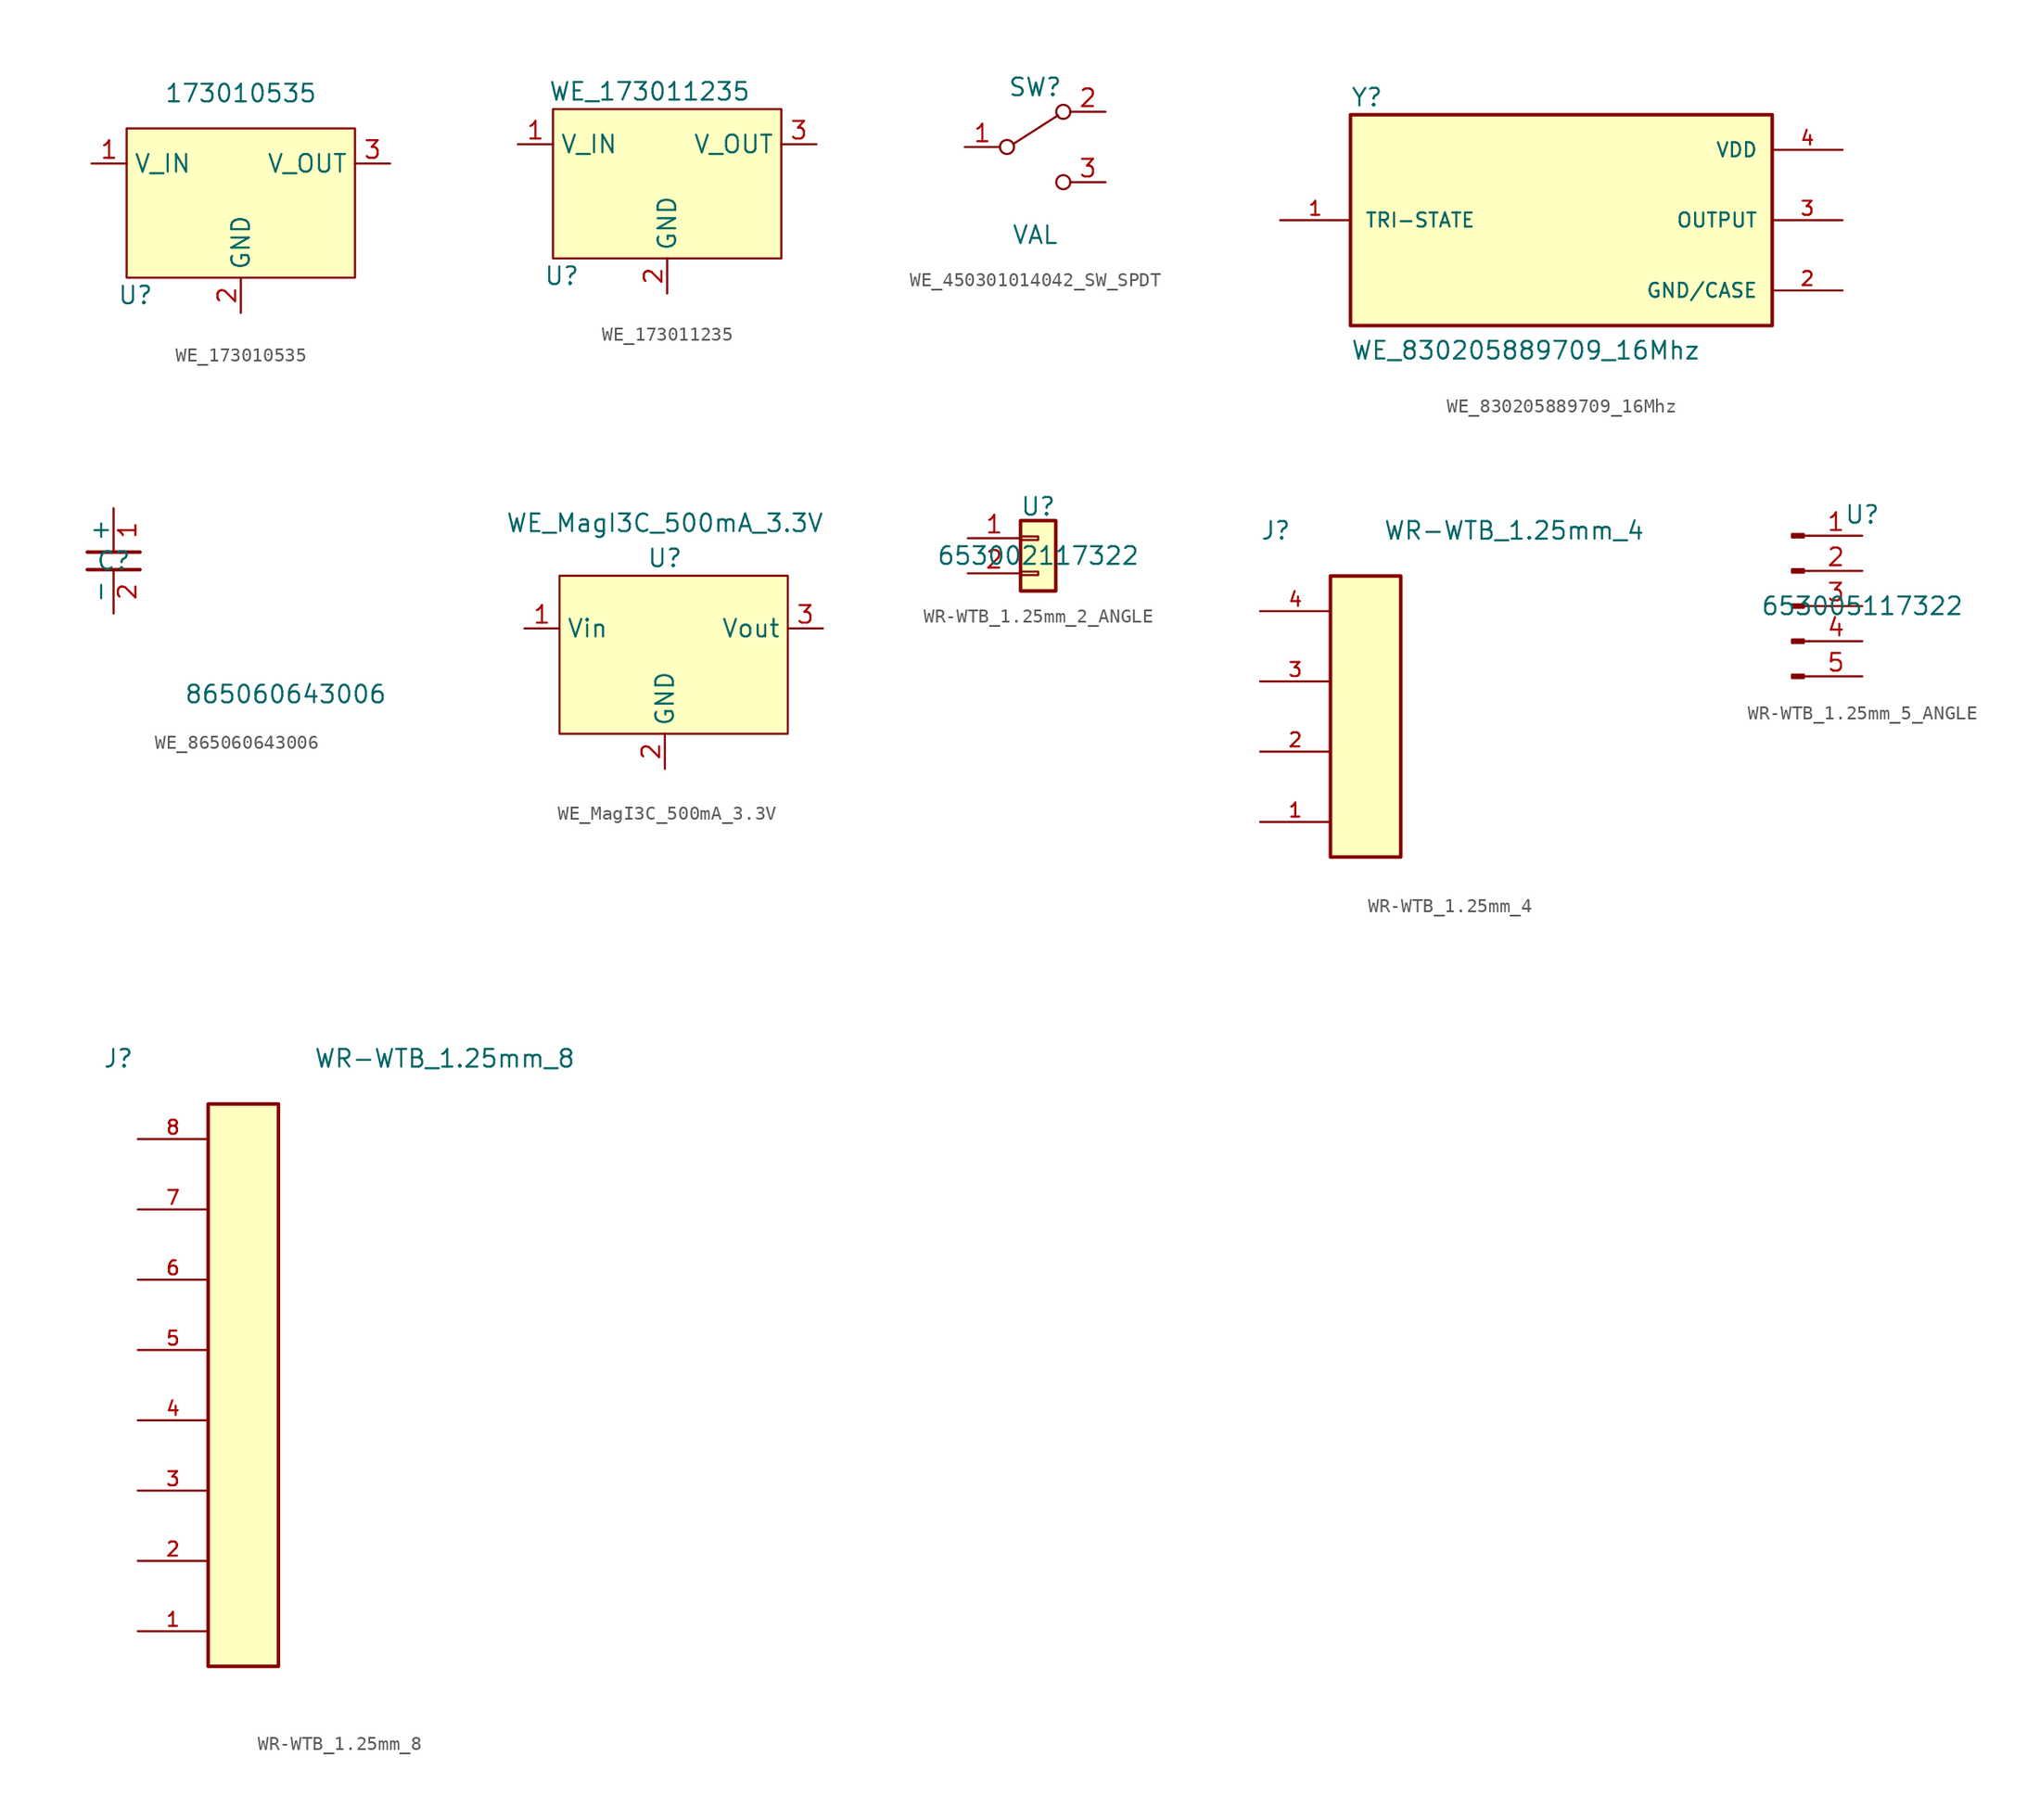
<source format=kicad_sym>
(kicad_symbol_lib
  (version 20231120)
  (generator "kicad_symbol_editor")
  (generator_version "8.0")
  (symbol "WE_173010535"
    (property "Reference" "U"
      (at -7.62 -6.985 0)
      (effects (font (size 1.27 1.27))))
    (property "Value" "173010535"
      (at 0 7.62 0)
      (effects (font (size 1.27 1.27))))
    (symbol "WE_173010535_0_1"
      (rectangle (start -8.255 5.08) (end 8.255 -5.715) (stroke (width 0) (type default)) (fill (type background))))
    (symbol "WE_173010535_1_1"
      (pin input line (at -10.795 2.54 0) (length 2.54) (name "V_IN" (effects (font (size 1.27 1.27)))) (number "1" (effects (font (size 1.27 1.27)))))
      (pin output line (at 0 -8.255 90) (length 2.54) (name "GND" (effects (font (size 1.27 1.27)))) (number "2" (effects (font (size 1.27 1.27)))))
      (pin output line (at 10.795 2.54 180) (length 2.54) (name "V_OUT" (effects (font (size 1.27 1.27)))) (number "3" (effects (font (size 1.27 1.27)))))))
  (symbol "WE_173011235"
    (property "Reference" "U"
      (at -7.62 -6.985 0)
      (effects (font (size 1.27 1.27))))
    (property "Value" "WE_173011235"
      (at -1.27 6.35 0)
      (effects (font (size 1.27 1.27))))
    (symbol "WE_173011235_0_1"
      (rectangle (start -8.255 5.08) (end 8.255 -5.715) (stroke (width 0) (type default)) (fill (type background))))
    (symbol "WE_173011235_1_1"
      (pin input line (at -10.795 2.54 0) (length 2.54) (name "V_IN" (effects (font (size 1.27 1.27)))) (number "1" (effects (font (size 1.27 1.27)))))
      (pin output line (at 0 -8.255 90) (length 2.54) (name "GND" (effects (font (size 1.27 1.27)))) (number "2" (effects (font (size 1.27 1.27)))))
      (pin output line (at 10.795 2.54 180) (length 2.54) (name "V_OUT" (effects (font (size 1.27 1.27)))) (number "3" (effects (font (size 1.27 1.27)))))))
  (symbol "WE_450301014042_SW_SPDT"
    (pin_names
      (offset 0) hide)
    (property "Reference" "SW"
      (at 0 4.318 0)
      (effects (font (size 1.27 1.27))))
    (property "Value" "VAL"
      (at 0 -6.35 0)
      (effects (font (size 1.27 1.27))))
    (symbol "WE_450301014042_SW_SPDT_0_0"
      (circle (center -2.032 0) (radius 0.508) (stroke (width 0) (type default)) (fill (type none)))
      (circle (center 2.032 -2.54) (radius 0.508) (stroke (width 0) (type default)) (fill (type none))))
    (symbol "WE_450301014042_SW_SPDT_0_1"
      (polyline (pts (xy -1.524 0.254) (xy 1.651 2.286)) (stroke (width 0) (type default)) (fill (type none)))
      (circle (center 2.032 2.54) (radius 0.508) (stroke (width 0) (type default)) (fill (type none))))
    (symbol "WE_450301014042_SW_SPDT_1_1"
      (pin passive line (at -5.08 0 0) (length 2.54) (name "1" (effects (font (size 1.27 1.27)))) (number "1" (effects (font (size 1.27 1.27)))))
      (pin passive line (at 5.08 2.54 180) (length 2.54) (name "2" (effects (font (size 1.27 1.27)))) (number "2" (effects (font (size 1.27 1.27)))))
      (pin passive line (at 5.08 -2.54 180) (length 2.54) (name "3" (effects (font (size 1.27 1.27)))) (number "3" (effects (font (size 1.27 1.27)))))))
  (symbol "WE_830205889709_16Mhz"
    (pin_names
      (offset 1.016))
    (property "Reference" "Y"
      (at -15.24 8.128 0)
      (effects (font (size 1.27 1.27)) (justify left bottom)))
    (property "Value" "WE_830205889709_16Mhz"
      (at -15.24 -10.16 0)
      (effects (font (size 1.27 1.27)) (justify left bottom)))
    (symbol "WE_830205889709_16Mhz_0_0"
      (rectangle (start -15.24 -7.62) (end 15.24 7.62) (stroke (width 0.254) (type default)) (fill (type background)))
      (pin passive line (at -20.32 0 0) (length 5.08) (name "TRI-STATE" (effects (font (size 1.016 1.016)))) (number "1" (effects (font (size 1.016 1.016)))))
      (pin passive line (at 20.32 -5.08 180) (length 5.08) (name "GND/CASE" (effects (font (size 1.016 1.016)))) (number "2" (effects (font (size 1.016 1.016)))))
      (pin output line (at 20.32 0 180) (length 5.08) (name "OUTPUT" (effects (font (size 1.016 1.016)))) (number "3" (effects (font (size 1.016 1.016)))))
      (pin power_in line (at 20.32 5.08 180) (length 5.08) (name "VDD" (effects (font (size 1.016 1.016)))) (number "4" (effects (font (size 1.016 1.016)))))))
  (symbol "WE_865060643006"
    (pin_names
      (offset 0))
    (property "Reference" "C"
      (at 0 0 0)
      (effects (font (size 1.27 1.27))))
    (property "Value" "865060643006"
      (at 12.446 -9.652 0)
      (effects (font (size 1.27 1.27))))
    (symbol "WE_865060643006_0_1"
      (polyline (pts (xy -1.905 -0.635) (xy -1.905 -0.635)) (stroke (width 0) (type default)) (fill (type none)))
      (polyline (pts (xy 1.905 -0.635) (xy 1.905 -0.635)) (stroke (width 0) (type default)) (fill (type none))))
    (symbol "WE_865060643006_1_1"
      (polyline (pts (xy -1.905 0.635) (xy 1.905 0.635)) (stroke (width 0.254) (type default)) (fill (type none)))
      (polyline (pts (xy 1.905 -0.635) (xy -1.905 -0.635)) (stroke (width 0.254) (type default)) (fill (type none)))
      (pin passive line (at 0 3.81 270) (length 3.175) (name "+" (effects (font (size 1.27 1.27)))) (number "1" (effects (font (size 1.27 1.27)))))
      (pin passive line (at 0 -3.81 90) (length 3.175) (name "-" (effects (font (size 1.27 1.27)))) (number "2" (effects (font (size 1.27 1.27)))))))
  (symbol "WE_MagI3C_500mA_3.3V"
    (property "Reference" "U"
      (at 0 0 0)
      (effects (font (size 1.27 1.27))))
    (property "Value" "WE_MagI3C_500mA_3.3V"
      (at 0 2.54 0)
      (effects (font (size 1.27 1.27))))
    (symbol "WE_MagI3C_500mA_3.3V_0_1"
      (rectangle (start -7.62 -1.27) (end 8.89 -12.7) (stroke (width 0) (type default)) (fill (type background))))
    (symbol "WE_MagI3C_500mA_3.3V_1_1"
      (pin input line (at -10.16 -5.08 0) (length 2.54) (name "Vin" (effects (font (size 1.27 1.27)))) (number "1" (effects (font (size 1.27 1.27)))))
      (pin input line (at 0 -15.24 90) (length 2.54) (name "GND" (effects (font (size 1.27 1.27)))) (number "2" (effects (font (size 1.27 1.27)))))
      (pin input line (at 11.43 -5.08 180) (length 2.54) (name "Vout" (effects (font (size 1.27 1.27)))) (number "3" (effects (font (size 1.27 1.27)))))))
  (symbol "WR-WTB_1.25mm_2_ANGLE"
    (property "Reference" "U"
      (at 0 3.556 0)
      (effects (font (size 1.27 1.27))))
    (property "Value" "653002117322"
      (at 0 0 0)
      (effects (font (size 1.27 1.27))))
    (symbol "WR-WTB_1.25mm_2_ANGLE_1_1"
      (rectangle (start -1.27 -1.143) (end 0 -1.397) (stroke (width 0.152) (type default)) (fill (type none)))
      (rectangle (start -1.27 1.397) (end 0 1.143) (stroke (width 0.152) (type default)) (fill (type none)))
      (rectangle (start -1.27 2.54) (end 1.27 -2.54) (stroke (width 0.254) (type default)) (fill (type background)))
      (pin passive line (at -5.08 1.27 0) (length 3.81) (name "" (effects (font (size 1.27 1.27)))) (number "1" (effects (font (size 1.27 1.27)))))
      (pin passive line (at -5.08 -1.27 0) (length 3.81) (name "" (effects (font (size 1.27 1.27)))) (number "2" (effects (font (size 1.27 1.27)))))))
  (symbol "WR-WTB_1.25mm_4"
    (pin_names
      (offset 1.016))
    (property "Reference" "J"
      (at -7.62 10.16 0)
      (effects (font (size 1.27 1.27)) (justify left bottom)))
    (property "Value" "WR-WTB_1.25mm_4"
      (at 1.27 10.16 0)
      (effects (font (size 1.27 1.27)) (justify left bottom)))
    (symbol "WR-WTB_1.25mm_4_0_0"
      (rectangle (start -2.54 7.62) (end 2.54 -12.7) (stroke (width 0.254) (type default)) (fill (type background)))
      (pin passive line (at -7.62 -10.16 0) (length 5.08) (name "~" (effects (font (size 1.016 1.016)))) (number "1" (effects (font (size 1.016 1.016)))))
      (pin passive line (at -7.62 -5.08 0) (length 5.08) (name "~" (effects (font (size 1.016 1.016)))) (number "2" (effects (font (size 1.016 1.016)))))
      (pin passive line (at -7.62 0 0) (length 5.08) (name "~" (effects (font (size 1.016 1.016)))) (number "3" (effects (font (size 1.016 1.016)))))
      (pin passive line (at -7.62 5.08 0) (length 5.08) (name "~" (effects (font (size 1.016 1.016)))) (number "4" (effects (font (size 1.016 1.016)))))))
  (symbol "WR-WTB_1.25mm_5_ANGLE"
    (property "Reference" "U"
      (at 2.54 6.604 0)
      (effects (font (size 1.27 1.27))))
    (property "Value" "653005117322"
      (at 2.54 0 0)
      (effects (font (size 1.27 1.27))))
    (symbol "WR-WTB_1.25mm_5_ANGLE_1_1"
      (rectangle (start -1.676 -4.953) (end -2.54 -5.207) (stroke (width 0.152) (type default)) (fill (type outline)))
      (rectangle (start -1.676 -2.413) (end -2.54 -2.667) (stroke (width 0.152) (type default)) (fill (type outline)))
      (rectangle (start -1.676 0.127) (end -2.54 -0.127) (stroke (width 0.152) (type default)) (fill (type outline)))
      (rectangle (start -1.676 2.667) (end -2.54 2.413) (stroke (width 0.152) (type default)) (fill (type outline)))
      (rectangle (start -1.676 5.207) (end -2.54 4.953) (stroke (width 0.152) (type default)) (fill (type outline)))
      (polyline (pts (xy -1.27 -5.08) (xy -1.676 -5.08)) (stroke (width 0.152) (type default)) (fill (type none)))
      (polyline (pts (xy -1.27 -2.54) (xy -1.676 -2.54)) (stroke (width 0.152) (type default)) (fill (type none)))
      (polyline (pts (xy -1.27 0) (xy -1.676 0)) (stroke (width 0.152) (type default)) (fill (type none)))
      (polyline (pts (xy -1.27 2.54) (xy -1.676 2.54)) (stroke (width 0.152) (type default)) (fill (type none)))
      (polyline (pts (xy -1.27 5.08) (xy -1.676 5.08)) (stroke (width 0.152) (type default)) (fill (type none)))
      (pin passive line (at 2.54 5.08 180) (length 3.81) (name "" (effects (font (size 1.27 1.27)))) (number "1" (effects (font (size 1.27 1.27)))))
      (pin passive line (at 2.54 2.54 180) (length 3.81) (name "" (effects (font (size 1.27 1.27)))) (number "2" (effects (font (size 1.27 1.27)))))
      (pin passive line (at 2.54 0 180) (length 3.81) (name "" (effects (font (size 1.27 1.27)))) (number "3" (effects (font (size 1.27 1.27)))))
      (pin passive line (at 2.54 -2.54 180) (length 3.81) (name "" (effects (font (size 1.27 1.27)))) (number "4" (effects (font (size 1.27 1.27)))))
      (pin passive line (at 2.54 -5.08 180) (length 3.81) (name "" (effects (font (size 1.27 1.27)))) (number "5" (effects (font (size 1.27 1.27)))))))
  (symbol "WR-WTB_1.25mm_8"
    (pin_names
      (offset 1.016))
    (property "Reference" "J"
      (at -10.16 16.51 0)
      (effects (font (size 1.27 1.27)) (justify left bottom)))
    (property "Value" "WR-WTB_1.25mm_8"
      (at 5.08 16.51 0)
      (effects (font (size 1.27 1.27)) (justify left bottom)))
    (symbol "WR-WTB_1.25mm_8_0_0"
      (rectangle (start 2.54 13.97) (end -2.54 -26.67) (stroke (width 0.254) (type default)) (fill (type background)))
      (pin passive line (at -7.62 -24.13 0) (length 5.08) (name "~" (effects (font (size 1.016 1.016)))) (number "1" (effects (font (size 1.016 1.016)))))
      (pin passive line (at -7.62 -19.05 0) (length 5.08) (name "~" (effects (font (size 1.016 1.016)))) (number "2" (effects (font (size 1.016 1.016)))))
      (pin passive line (at -7.62 -13.97 0) (length 5.08) (name "~" (effects (font (size 1.016 1.016)))) (number "3" (effects (font (size 1.016 1.016)))))
      (pin passive line (at -7.62 -8.89 0) (length 5.08) (name "~" (effects (font (size 1.016 1.016)))) (number "4" (effects (font (size 1.016 1.016)))))
      (pin passive line (at -7.62 -3.81 0) (length 5.08) (name "~" (effects (font (size 1.016 1.016)))) (number "5" (effects (font (size 1.016 1.016)))))
      (pin passive line (at -7.62 1.27 0) (length 5.08) (name "~" (effects (font (size 1.016 1.016)))) (number "6" (effects (font (size 1.016 1.016)))))
      (pin passive line (at -7.62 6.35 0) (length 5.08) (name "~" (effects (font (size 1.016 1.016)))) (number "7" (effects (font (size 1.016 1.016)))))
      (pin passive line (at -7.62 11.43 0) (length 5.08) (name "~" (effects (font (size 1.016 1.016)))) (number "8" (effects (font (size 1.016 1.016))))))))
</source>
